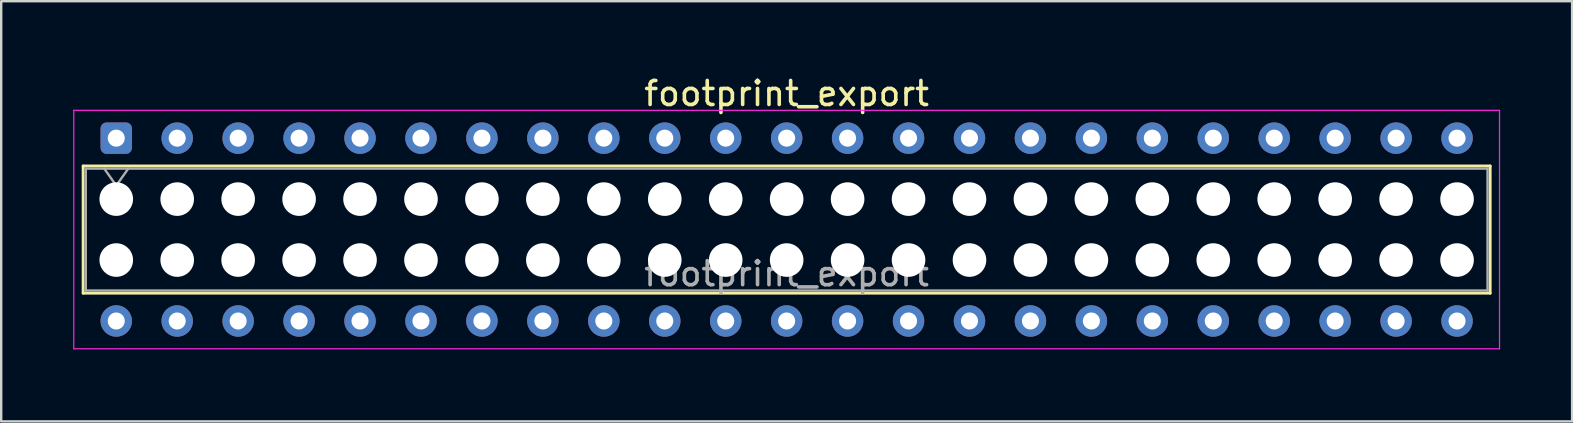
<source format=kicad_pcb>
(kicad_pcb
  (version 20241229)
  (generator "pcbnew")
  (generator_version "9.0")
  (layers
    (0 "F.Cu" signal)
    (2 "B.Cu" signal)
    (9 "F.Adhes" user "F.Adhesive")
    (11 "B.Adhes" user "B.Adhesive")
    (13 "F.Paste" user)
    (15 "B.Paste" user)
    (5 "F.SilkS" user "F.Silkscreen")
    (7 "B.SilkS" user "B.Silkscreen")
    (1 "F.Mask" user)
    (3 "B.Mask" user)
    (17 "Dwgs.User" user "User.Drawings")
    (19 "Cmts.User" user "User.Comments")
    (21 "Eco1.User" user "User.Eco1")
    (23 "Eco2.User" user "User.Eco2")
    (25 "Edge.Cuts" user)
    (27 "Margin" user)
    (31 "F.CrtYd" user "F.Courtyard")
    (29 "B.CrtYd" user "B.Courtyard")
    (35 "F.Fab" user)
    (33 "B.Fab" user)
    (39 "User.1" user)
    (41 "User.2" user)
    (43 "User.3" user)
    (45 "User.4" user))
  (footprint "footprint_export"
    (layer "F.Cu")
    (at 1.795 2.708)
    (property "Reference" "footprint_export" (at 27.94 -1.86 0) (layer "F.SilkS") (effects (font (size 1 1) (thickness 0.15))))
    (attr through_hole)
    (fp_line (start -1.38 1.16) (end 57.26 1.16) (stroke (width 0.12) (type solid)) (layer "F.SilkS"))
    (fp_line (start -1.38 6.46) (end -1.38 1.16) (stroke (width 0.12) (type solid)) (layer "F.SilkS"))
    (fp_line (start 57.26 1.16) (end 57.26 6.46) (stroke (width 0.12) (type solid)) (layer "F.SilkS"))
    (fp_line (start 57.26 6.46) (end -1.38 6.46) (stroke (width 0.12) (type solid)) (layer "F.SilkS"))
    (fp_line (start -1.77 -1.16) (end 57.65 -1.16) (stroke (width 0.05) (type solid)) (layer "F.CrtYd"))
    (fp_line (start -1.77 8.78) (end -1.77 -1.16) (stroke (width 0.05) (type solid)) (layer "F.CrtYd"))
    (fp_line (start 57.65 -1.16) (end 57.65 8.78) (stroke (width 0.05) (type solid)) (layer "F.CrtYd"))
    (fp_line (start 57.65 8.78) (end -1.77 8.78) (stroke (width 0.05) (type solid)) (layer "F.CrtYd"))
    (fp_line (start -1.27 1.27) (end 57.15 1.27) (stroke (width 0.1) (type solid)) (layer "F.Fab"))
    (fp_line (start -1.27 6.35) (end -1.27 1.27) (stroke (width 0.1) (type solid)) (layer "F.Fab"))
    (fp_line (start -0.5 1.27) (end 0 1.977) (stroke (width 0.1) (type solid)) (layer "F.Fab"))
    (fp_line (start 0 1.977) (end 0.5 1.27) (stroke (width 0.1) (type solid)) (layer "F.Fab"))
    (fp_line (start 57.15 1.27) (end 57.15 6.35) (stroke (width 0.1) (type solid)) (layer "F.Fab"))
    (fp_line (start 57.15 6.35) (end -1.27 6.35) (stroke (width 0.1) (type solid)) (layer "F.Fab"))
    (fp_text user "${REFERENCE}" (at 27.94 5.65 0) (layer "F.Fab") (effects (font (size 1 1) (thickness 0.15))))
    (pad "" np_thru_hole circle (at 0 2.54) (size 1.4 1.4) (drill 1.4) (layers "*.Cu" "*.Mask"))
    (pad "" np_thru_hole circle (at 0 5.08) (size 1.4 1.4) (drill 1.4) (layers "*.Cu" "*.Mask"))
    (pad "" np_thru_hole circle (at 2.54 2.54) (size 1.4 1.4) (drill 1.4) (layers "*.Cu" "*.Mask"))
    (pad "" np_thru_hole circle (at 2.54 5.08) (size 1.4 1.4) (drill 1.4) (layers "*.Cu" "*.Mask"))
    (pad "" np_thru_hole circle (at 5.08 2.54) (size 1.4 1.4) (drill 1.4) (layers "*.Cu" "*.Mask"))
    (pad "" np_thru_hole circle (at 5.08 5.08) (size 1.4 1.4) (drill 1.4) (layers "*.Cu" "*.Mask"))
    (pad "" np_thru_hole circle (at 7.62 2.54) (size 1.4 1.4) (drill 1.4) (layers "*.Cu" "*.Mask"))
    (pad "" np_thru_hole circle (at 7.62 5.08) (size 1.4 1.4) (drill 1.4) (layers "*.Cu" "*.Mask"))
    (pad "" np_thru_hole circle (at 10.16 2.54) (size 1.4 1.4) (drill 1.4) (layers "*.Cu" "*.Mask"))
    (pad "" np_thru_hole circle (at 10.16 5.08) (size 1.4 1.4) (drill 1.4) (layers "*.Cu" "*.Mask"))
    (pad "" np_thru_hole circle (at 12.7 2.54) (size 1.4 1.4) (drill 1.4) (layers "*.Cu" "*.Mask"))
    (pad "" np_thru_hole circle (at 12.7 5.08) (size 1.4 1.4) (drill 1.4) (layers "*.Cu" "*.Mask"))
    (pad "" np_thru_hole circle (at 15.24 2.54) (size 1.4 1.4) (drill 1.4) (layers "*.Cu" "*.Mask"))
    (pad "" np_thru_hole circle (at 15.24 5.08) (size 1.4 1.4) (drill 1.4) (layers "*.Cu" "*.Mask"))
    (pad "" np_thru_hole circle (at 17.78 2.54) (size 1.4 1.4) (drill 1.4) (layers "*.Cu" "*.Mask"))
    (pad "" np_thru_hole circle (at 17.78 5.08) (size 1.4 1.4) (drill 1.4) (layers "*.Cu" "*.Mask"))
    (pad "" np_thru_hole circle (at 20.32 2.54) (size 1.4 1.4) (drill 1.4) (layers "*.Cu" "*.Mask"))
    (pad "" np_thru_hole circle (at 20.32 5.08) (size 1.4 1.4) (drill 1.4) (layers "*.Cu" "*.Mask"))
    (pad "" np_thru_hole circle (at 22.86 2.54) (size 1.4 1.4) (drill 1.4) (layers "*.Cu" "*.Mask"))
    (pad "" np_thru_hole circle (at 22.86 5.08) (size 1.4 1.4) (drill 1.4) (layers "*.Cu" "*.Mask"))
    (pad "" np_thru_hole circle (at 25.4 2.54) (size 1.4 1.4) (drill 1.4) (layers "*.Cu" "*.Mask"))
    (pad "" np_thru_hole circle (at 25.4 5.08) (size 1.4 1.4) (drill 1.4) (layers "*.Cu" "*.Mask"))
    (pad "" np_thru_hole circle (at 27.94 2.54) (size 1.4 1.4) (drill 1.4) (layers "*.Cu" "*.Mask"))
    (pad "" np_thru_hole circle (at 27.94 5.08) (size 1.4 1.4) (drill 1.4) (layers "*.Cu" "*.Mask"))
    (pad "" np_thru_hole circle (at 30.48 2.54) (size 1.4 1.4) (drill 1.4) (layers "*.Cu" "*.Mask"))
    (pad "" np_thru_hole circle (at 30.48 5.08) (size 1.4 1.4) (drill 1.4) (layers "*.Cu" "*.Mask"))
    (pad "" np_thru_hole circle (at 33.02 2.54) (size 1.4 1.4) (drill 1.4) (layers "*.Cu" "*.Mask"))
    (pad "" np_thru_hole circle (at 33.02 5.08) (size 1.4 1.4) (drill 1.4) (layers "*.Cu" "*.Mask"))
    (pad "" np_thru_hole circle (at 35.56 2.54) (size 1.4 1.4) (drill 1.4) (layers "*.Cu" "*.Mask"))
    (pad "" np_thru_hole circle (at 35.56 5.08) (size 1.4 1.4) (drill 1.4) (layers "*.Cu" "*.Mask"))
    (pad "" np_thru_hole circle (at 38.1 2.54) (size 1.4 1.4) (drill 1.4) (layers "*.Cu" "*.Mask"))
    (pad "" np_thru_hole circle (at 38.1 5.08) (size 1.4 1.4) (drill 1.4) (layers "*.Cu" "*.Mask"))
    (pad "" np_thru_hole circle (at 40.64 2.54) (size 1.4 1.4) (drill 1.4) (layers "*.Cu" "*.Mask"))
    (pad "" np_thru_hole circle (at 40.64 5.08) (size 1.4 1.4) (drill 1.4) (layers "*.Cu" "*.Mask"))
    (pad "" np_thru_hole circle (at 43.18 2.54) (size 1.4 1.4) (drill 1.4) (layers "*.Cu" "*.Mask"))
    (pad "" np_thru_hole circle (at 43.18 5.08) (size 1.4 1.4) (drill 1.4) (layers "*.Cu" "*.Mask"))
    (pad "" np_thru_hole circle (at 45.72 2.54) (size 1.4 1.4) (drill 1.4) (layers "*.Cu" "*.Mask"))
    (pad "" np_thru_hole circle (at 45.72 5.08) (size 1.4 1.4) (drill 1.4) (layers "*.Cu" "*.Mask"))
    (pad "" np_thru_hole circle (at 48.26 2.54) (size 1.4 1.4) (drill 1.4) (layers "*.Cu" "*.Mask"))
    (pad "" np_thru_hole circle (at 48.26 5.08) (size 1.4 1.4) (drill 1.4) (layers "*.Cu" "*.Mask"))
    (pad "" np_thru_hole circle (at 50.8 2.54) (size 1.4 1.4) (drill 1.4) (layers "*.Cu" "*.Mask"))
    (pad "" np_thru_hole circle (at 50.8 5.08) (size 1.4 1.4) (drill 1.4) (layers "*.Cu" "*.Mask"))
    (pad "" np_thru_hole circle (at 53.34 2.54) (size 1.4 1.4) (drill 1.4) (layers "*.Cu" "*.Mask"))
    (pad "" np_thru_hole circle (at 53.34 5.08) (size 1.4 1.4) (drill 1.4) (layers "*.Cu" "*.Mask"))
    (pad "" np_thru_hole circle (at 55.88 2.54) (size 1.4 1.4) (drill 1.4) (layers "*.Cu" "*.Mask"))
    (pad "" np_thru_hole circle (at 55.88 5.08) (size 1.4 1.4) (drill 1.4) (layers "*.Cu" "*.Mask"))
    (pad "1" thru_hole roundrect (at 0 0) (size 1.31 1.31) (drill 0.71) (layers "*.Cu" "*.Mask") (roundrect_rratio 0.191))
    (pad "2" thru_hole circle (at 0 7.62) (size 1.31 1.31) (drill 0.71) (layers "*.Cu" "*.Mask"))
    (pad "3" thru_hole circle (at 2.54 0) (size 1.31 1.31) (drill 0.71) (layers "*.Cu" "*.Mask"))
    (pad "4" thru_hole circle (at 2.54 7.62) (size 1.31 1.31) (drill 0.71) (layers "*.Cu" "*.Mask"))
    (pad "5" thru_hole circle (at 5.08 0) (size 1.31 1.31) (drill 0.71) (layers "*.Cu" "*.Mask"))
    (pad "6" thru_hole circle (at 5.08 7.62) (size 1.31 1.31) (drill 0.71) (layers "*.Cu" "*.Mask"))
    (pad "7" thru_hole circle (at 7.62 0) (size 1.31 1.31) (drill 0.71) (layers "*.Cu" "*.Mask"))
    (pad "8" thru_hole circle (at 7.62 7.62) (size 1.31 1.31) (drill 0.71) (layers "*.Cu" "*.Mask"))
    (pad "9" thru_hole circle (at 10.16 0) (size 1.31 1.31) (drill 0.71) (layers "*.Cu" "*.Mask"))
    (pad "10" thru_hole circle (at 10.16 7.62) (size 1.31 1.31) (drill 0.71) (layers "*.Cu" "*.Mask"))
    (pad "11" thru_hole circle (at 12.7 0) (size 1.31 1.31) (drill 0.71) (layers "*.Cu" "*.Mask"))
    (pad "12" thru_hole circle (at 12.7 7.62) (size 1.31 1.31) (drill 0.71) (layers "*.Cu" "*.Mask"))
    (pad "13" thru_hole circle (at 15.24 0) (size 1.31 1.31) (drill 0.71) (layers "*.Cu" "*.Mask"))
    (pad "14" thru_hole circle (at 15.24 7.62) (size 1.31 1.31) (drill 0.71) (layers "*.Cu" "*.Mask"))
    (pad "15" thru_hole circle (at 17.78 0) (size 1.31 1.31) (drill 0.71) (layers "*.Cu" "*.Mask"))
    (pad "16" thru_hole circle (at 17.78 7.62) (size 1.31 1.31) (drill 0.71) (layers "*.Cu" "*.Mask"))
    (pad "17" thru_hole circle (at 20.32 0) (size 1.31 1.31) (drill 0.71) (layers "*.Cu" "*.Mask"))
    (pad "18" thru_hole circle (at 20.32 7.62) (size 1.31 1.31) (drill 0.71) (layers "*.Cu" "*.Mask"))
    (pad "19" thru_hole circle (at 22.86 0) (size 1.31 1.31) (drill 0.71) (layers "*.Cu" "*.Mask"))
    (pad "20" thru_hole circle (at 22.86 7.62) (size 1.31 1.31) (drill 0.71) (layers "*.Cu" "*.Mask"))
    (pad "21" thru_hole circle (at 25.4 0) (size 1.31 1.31) (drill 0.71) (layers "*.Cu" "*.Mask"))
    (pad "22" thru_hole circle (at 25.4 7.62) (size 1.31 1.31) (drill 0.71) (layers "*.Cu" "*.Mask"))
    (pad "23" thru_hole circle (at 27.94 0) (size 1.31 1.31) (drill 0.71) (layers "*.Cu" "*.Mask"))
    (pad "24" thru_hole circle (at 27.94 7.62) (size 1.31 1.31) (drill 0.71) (layers "*.Cu" "*.Mask"))
    (pad "25" thru_hole circle (at 30.48 0) (size 1.31 1.31) (drill 0.71) (layers "*.Cu" "*.Mask"))
    (pad "26" thru_hole circle (at 30.48 7.62) (size 1.31 1.31) (drill 0.71) (layers "*.Cu" "*.Mask"))
    (pad "27" thru_hole circle (at 33.02 0) (size 1.31 1.31) (drill 0.71) (layers "*.Cu" "*.Mask"))
    (pad "28" thru_hole circle (at 33.02 7.62) (size 1.31 1.31) (drill 0.71) (layers "*.Cu" "*.Mask"))
    (pad "29" thru_hole circle (at 35.56 0) (size 1.31 1.31) (drill 0.71) (layers "*.Cu" "*.Mask"))
    (pad "30" thru_hole circle (at 35.56 7.62) (size 1.31 1.31) (drill 0.71) (layers "*.Cu" "*.Mask"))
    (pad "31" thru_hole circle (at 38.1 0) (size 1.31 1.31) (drill 0.71) (layers "*.Cu" "*.Mask"))
    (pad "32" thru_hole circle (at 38.1 7.62) (size 1.31 1.31) (drill 0.71) (layers "*.Cu" "*.Mask"))
    (pad "33" thru_hole circle (at 40.64 0) (size 1.31 1.31) (drill 0.71) (layers "*.Cu" "*.Mask"))
    (pad "34" thru_hole circle (at 40.64 7.62) (size 1.31 1.31) (drill 0.71) (layers "*.Cu" "*.Mask"))
    (pad "35" thru_hole circle (at 43.18 0) (size 1.31 1.31) (drill 0.71) (layers "*.Cu" "*.Mask"))
    (pad "36" thru_hole circle (at 43.18 7.62) (size 1.31 1.31) (drill 0.71) (layers "*.Cu" "*.Mask"))
    (pad "37" thru_hole circle (at 45.72 0) (size 1.31 1.31) (drill 0.71) (layers "*.Cu" "*.Mask"))
    (pad "38" thru_hole circle (at 45.72 7.62) (size 1.31 1.31) (drill 0.71) (layers "*.Cu" "*.Mask"))
    (pad "39" thru_hole circle (at 48.26 0) (size 1.31 1.31) (drill 0.71) (layers "*.Cu" "*.Mask"))
    (pad "40" thru_hole circle (at 48.26 7.62) (size 1.31 1.31) (drill 0.71) (layers "*.Cu" "*.Mask"))
    (pad "41" thru_hole circle (at 50.8 0) (size 1.31 1.31) (drill 0.71) (layers "*.Cu" "*.Mask"))
    (pad "42" thru_hole circle (at 50.8 7.62) (size 1.31 1.31) (drill 0.71) (layers "*.Cu" "*.Mask"))
    (pad "43" thru_hole circle (at 53.34 0) (size 1.31 1.31) (drill 0.71) (layers "*.Cu" "*.Mask"))
    (pad "44" thru_hole circle (at 53.34 7.62) (size 1.31 1.31) (drill 0.71) (layers "*.Cu" "*.Mask"))
    (pad "45" thru_hole circle (at 55.88 0) (size 1.31 1.31) (drill 0.71) (layers "*.Cu" "*.Mask"))
    (pad "46" thru_hole circle (at 55.88 7.62) (size 1.31 1.31) (drill 0.71) (layers "*.Cu" "*.Mask")))
  (gr_rect
    (start -3 -3)
    (end 62.47 14.513)
    (stroke (width 0.1) (type default))
    (fill no)
    (layer "Edge.Cuts")))
</source>
